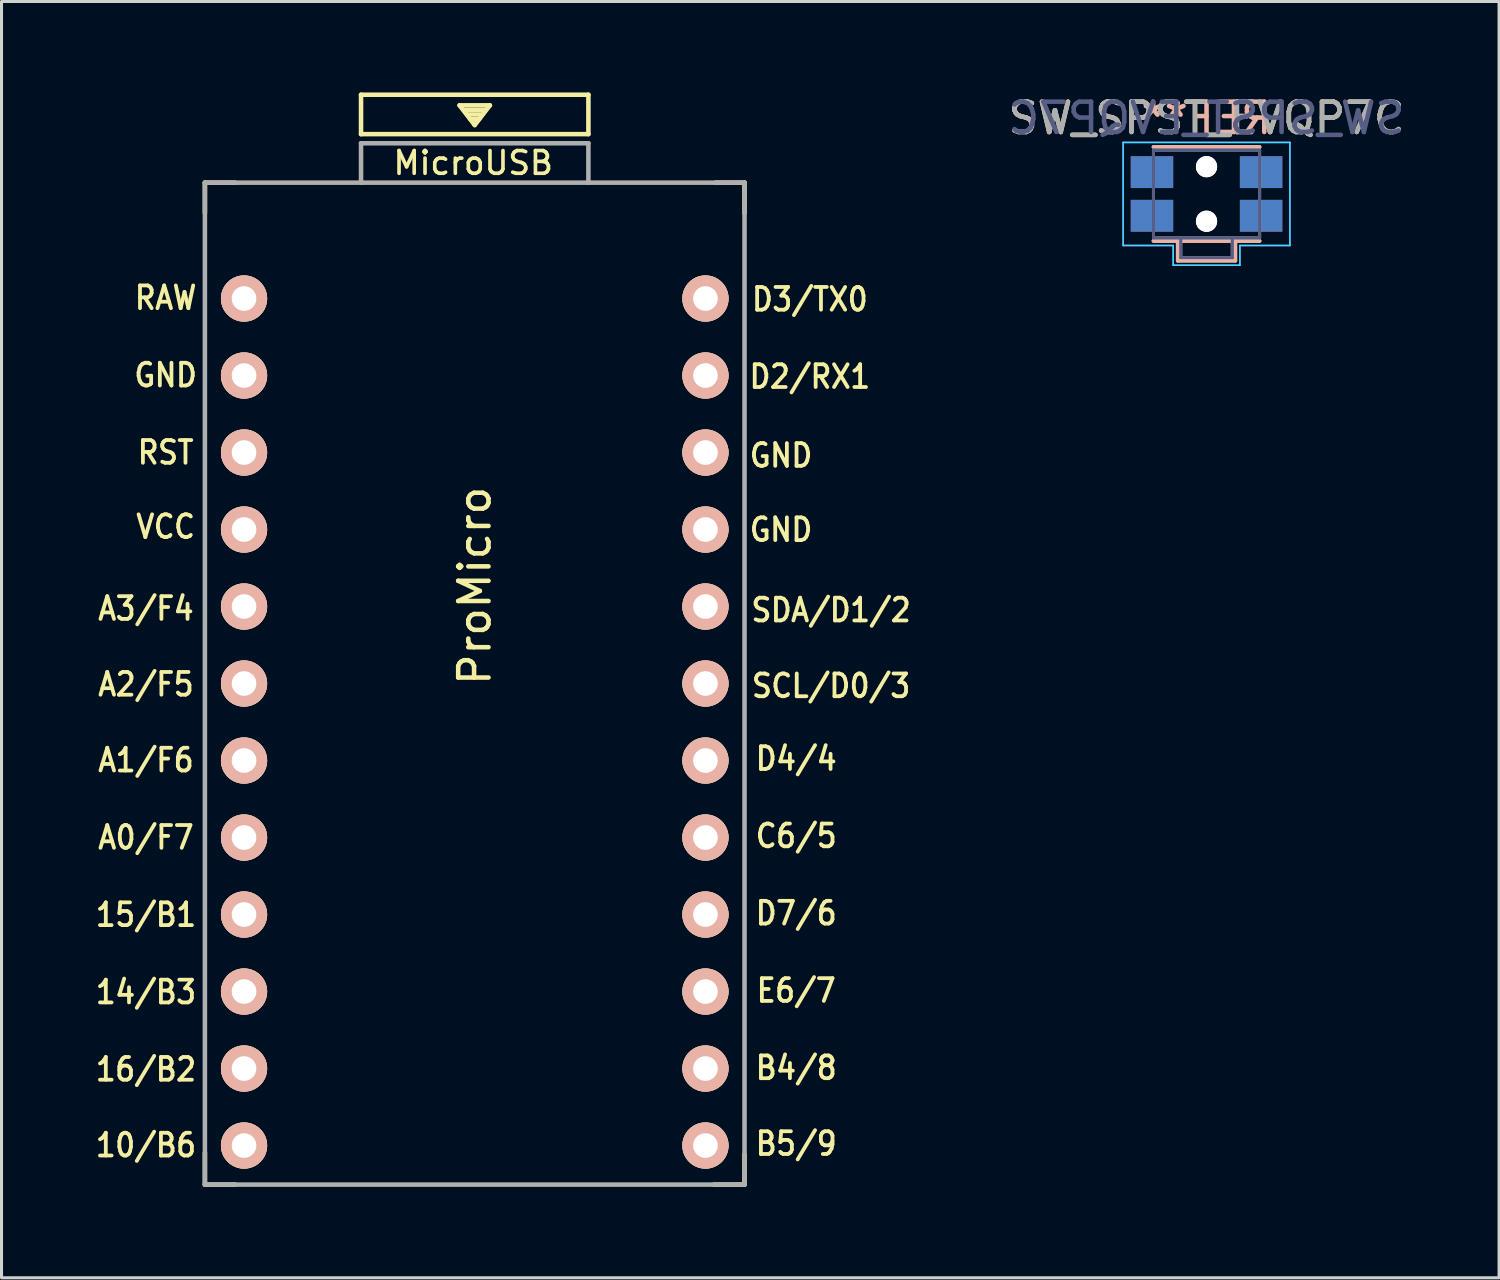
<source format=kicad_pcb>
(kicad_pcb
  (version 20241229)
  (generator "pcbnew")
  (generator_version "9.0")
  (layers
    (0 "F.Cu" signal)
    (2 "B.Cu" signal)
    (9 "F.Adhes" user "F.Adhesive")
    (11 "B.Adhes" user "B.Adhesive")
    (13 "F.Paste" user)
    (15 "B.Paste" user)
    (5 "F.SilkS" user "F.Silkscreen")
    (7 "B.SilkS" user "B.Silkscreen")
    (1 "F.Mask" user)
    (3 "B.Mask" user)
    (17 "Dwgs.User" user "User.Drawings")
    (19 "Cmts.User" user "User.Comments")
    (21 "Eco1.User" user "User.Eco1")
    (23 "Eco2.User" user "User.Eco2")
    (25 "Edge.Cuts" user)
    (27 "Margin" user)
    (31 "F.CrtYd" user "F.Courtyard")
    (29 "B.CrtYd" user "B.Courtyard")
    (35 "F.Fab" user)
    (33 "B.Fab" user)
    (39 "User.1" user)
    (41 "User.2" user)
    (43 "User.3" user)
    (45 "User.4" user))
  (footprint "SW_SPST_EVQP7C"
    (layer "F.Cu")
    (at 36.749 3.348)
    (property "Reference" "SW_SPST_EVQP7C" (at 0 -2.5 0) (layer "F.SilkS") (effects (font (size 1 1) (thickness 0.15))))
    (attr smd)
    (fp_line (start -1.75 -1.55) (end 1.75 -1.55) (stroke (width 0.12) (type solid)) (layer "F.SilkS"))
    (fp_line (start -0.95 2.2) (end -0.95 1.55) (stroke (width 0.12) (type solid)) (layer "F.SilkS"))
    (fp_line (start 0.95 1.55) (end 0.95 2.2) (stroke (width 0.12) (type solid)) (layer "F.SilkS"))
    (fp_line (start 0.95 2.2) (end -0.95 2.2) (stroke (width 0.12) (type solid)) (layer "F.SilkS"))
    (fp_line (start 1.75 1.55) (end -1.75 1.55) (stroke (width 0.12) (type solid)) (layer "F.SilkS"))
    (fp_line (start -1.75 1.55) (end 1.75 1.55) (stroke (width 0.12) (type solid)) (layer "B.SilkS"))
    (fp_line (start -0.95 1.55) (end -0.95 2.2) (stroke (width 0.12) (type solid)) (layer "B.SilkS"))
    (fp_line (start -0.95 2.2) (end 0.95 2.2) (stroke (width 0.12) (type solid)) (layer "B.SilkS"))
    (fp_line (start 0.95 2.2) (end 0.95 1.55) (stroke (width 0.12) (type solid)) (layer "B.SilkS"))
    (fp_line (start 1.75 -1.55) (end -1.75 -1.55) (stroke (width 0.12) (type solid)) (layer "B.SilkS"))
    (fp_line (start -2.75 -1.7) (end -2.75 1.7) (stroke (width 0.05) (type solid)) (layer "B.CrtYd"))
    (fp_line (start -2.75 1.7) (end -1.1 1.7) (stroke (width 0.05) (type solid)) (layer "B.CrtYd"))
    (fp_line (start -1.1 1.7) (end -1.1 2.35) (stroke (width 0.05) (type solid)) (layer "B.CrtYd"))
    (fp_line (start -1.1 2.35) (end 1.1 2.35) (stroke (width 0.05) (type solid)) (layer "B.CrtYd"))
    (fp_line (start 1.1 1.7) (end 2.75 1.7) (stroke (width 0.05) (type solid)) (layer "B.CrtYd"))
    (fp_line (start 1.1 2.35) (end 1.1 1.7) (stroke (width 0.05) (type solid)) (layer "B.CrtYd"))
    (fp_line (start 2.75 -1.7) (end -2.75 -1.7) (stroke (width 0.05) (type solid)) (layer "B.CrtYd"))
    (fp_line (start 2.75 1.7) (end 2.75 -1.7) (stroke (width 0.05) (type solid)) (layer "B.CrtYd"))
    (fp_line (start -2.75 -1.7) (end 2.75 -1.7) (stroke (width 0.05) (type solid)) (layer "F.CrtYd"))
    (fp_line (start -2.75 1.7) (end -2.75 -1.7) (stroke (width 0.05) (type solid)) (layer "F.CrtYd"))
    (fp_line (start -1.1 1.7) (end -2.75 1.7) (stroke (width 0.05) (type solid)) (layer "F.CrtYd"))
    (fp_line (start -1.1 2.35) (end -1.1 1.7) (stroke (width 0.05) (type solid)) (layer "F.CrtYd"))
    (fp_line (start 1.1 1.7) (end 1.1 2.35) (stroke (width 0.05) (type solid)) (layer "F.CrtYd"))
    (fp_line (start 1.1 2.35) (end -1.1 2.35) (stroke (width 0.05) (type solid)) (layer "F.CrtYd"))
    (fp_line (start 2.75 -1.7) (end 2.75 1.7) (stroke (width 0.05) (type solid)) (layer "F.CrtYd"))
    (fp_line (start 2.75 1.7) (end 1.1 1.7) (stroke (width 0.05) (type solid)) (layer "F.CrtYd"))
    (fp_line (start -1.75 -1.45) (end -1.75 1.45) (stroke (width 0.1) (type solid)) (layer "B.Fab"))
    (fp_line (start -1.75 1.45) (end 1.75 1.45) (stroke (width 0.1) (type solid)) (layer "B.Fab"))
    (fp_line (start -0.85 2.1) (end -0.85 1.45) (stroke (width 0.1) (type solid)) (layer "B.Fab"))
    (fp_line (start 0.85 2.1) (end -0.85 2.1) (stroke (width 0.1) (type solid)) (layer "B.Fab"))
    (fp_line (start 0.85 2.1) (end 0.85 1.45) (stroke (width 0.1) (type solid)) (layer "B.Fab"))
    (fp_line (start 1.75 -1.45) (end -1.75 -1.45) (stroke (width 0.1) (type solid)) (layer "B.Fab"))
    (fp_line (start 1.75 1.45) (end 1.75 -1.4) (stroke (width 0.1) (type solid)) (layer "B.Fab"))
    (fp_line (start -1.75 -1.45) (end 1.75 -1.45) (stroke (width 0.1) (type solid)) (layer "F.Fab"))
    (fp_line (start -1.75 1.45) (end -1.75 -1.4) (stroke (width 0.1) (type solid)) (layer "F.Fab"))
    (fp_line (start -0.85 2.1) (end -0.85 1.45) (stroke (width 0.1) (type solid)) (layer "F.Fab"))
    (fp_line (start -0.85 2.1) (end 0.85 2.1) (stroke (width 0.1) (type solid)) (layer "F.Fab"))
    (fp_line (start 0.85 2.1) (end 0.85 1.45) (stroke (width 0.1) (type solid)) (layer "F.Fab"))
    (fp_line (start 1.75 -1.45) (end 1.75 1.45) (stroke (width 0.1) (type solid)) (layer "F.Fab"))
    (fp_line (start 1.75 1.45) (end -1.75 1.45) (stroke (width 0.1) (type solid)) (layer "F.Fab"))
    (fp_text user "REF**" (at 0 -2.5 180) (layer "B.SilkS") (effects (font (size 1 1) (thickness 0.15)) (justify mirror)))
    (fp_text user "${REFERENCE}" (at 0 -2.5 180) (layer "B.Fab") (effects (font (size 1 1) (thickness 0.15)) (justify mirror)))
    (fp_text user "${REFERENCE}" (at 0 -2.5 0) (layer "F.Fab") (effects (font (size 1 1) (thickness 0.15))))
    (pad "" np_thru_hole circle (at 0 -0.9 180) (size 0.7 0.7) (drill 0.7) (layers "*.Cu" "*.Mask"))
    (pad "" np_thru_hole circle (at 0 -0.9) (size 0.7 0.7) (drill 0.7) (layers "*.Cu" "*.Mask"))
    (pad "" np_thru_hole circle (at 0 0.9 180) (size 0.7 0.7) (drill 0.7) (layers "*.Cu" "*.Mask"))
    (pad "" np_thru_hole circle (at 0 0.9) (size 0.7 0.7) (drill 0.7) (layers "*.Cu" "*.Mask"))
    (pad "1" smd rect (at -1.8 -0.72) (size 1.4 1.05) (layers "F.Cu" "F.Mask" "F.Paste"))
    (pad "1" smd rect (at -1.8 -0.72 180) (size 1.4 1.05) (layers "B.Cu" "B.Mask" "B.Paste"))
    (pad "1" smd rect (at 1.8 -0.72) (size 1.4 1.05) (layers "F.Cu" "F.Mask" "F.Paste"))
    (pad "1" smd rect (at 1.8 -0.72 180) (size 1.4 1.05) (layers "B.Cu" "B.Mask" "B.Paste"))
    (pad "2" smd rect (at -1.8 0.72) (size 1.4 1.05) (layers "F.Cu" "F.Mask" "F.Paste"))
    (pad "2" smd rect (at -1.8 0.72 180) (size 1.4 1.05) (layers "B.Cu" "B.Mask" "B.Paste"))
    (pad "2" smd rect (at 1.8 0.72) (size 1.4 1.05) (layers "F.Cu" "F.Mask" "F.Paste"))
    (pad "2" smd rect (at 1.8 0.72 180) (size 1.4 1.05) (layers "B.Cu" "B.Mask" "B.Paste")))
  (footprint "ProMicro"
    (layer "F.Cu")
    (at 12.609 21.275)
    (property "Reference" "ProMicro" (at 0 -5 270) (layer "F.SilkS") (effects (font (size 1 1) (thickness 0.15))))
    (attr through_hole)
    (fp_line (start -8.9 -18.3) (end -8.9 -17.3) (stroke (width 0.15) (type solid)) (layer "F.SilkS"))
    (fp_line (start -8.9 -18.3) (end -7.9 -18.3) (stroke (width 0.15) (type solid)) (layer "F.SilkS"))
    (fp_line (start -8.9 13.7) (end -8.9 14.75) (stroke (width 0.15) (type solid)) (layer "F.SilkS"))
    (fp_line (start -8.9 14.75) (end -7.9 14.75) (stroke (width 0.15) (type solid)) (layer "F.SilkS"))
    (fp_line (start -3.75 -21.2) (end -3.75 -19.9) (stroke (width 0.15) (type solid)) (layer "F.SilkS"))
    (fp_line (start -3.75 -19.9) (end 3.75 -19.9) (stroke (width 0.15) (type solid)) (layer "F.SilkS"))
    (fp_line (start -0.5 -20.85) (end 0.5 -20.85) (stroke (width 0.15) (type solid)) (layer "F.SilkS"))
    (fp_line (start -0.35 -20.7) (end 0.35 -20.7) (stroke (width 0.15) (type solid)) (layer "F.SilkS"))
    (fp_line (start -0.25 -20.55) (end 0.25 -20.55) (stroke (width 0.15) (type solid)) (layer "F.SilkS"))
    (fp_line (start -0.15 -20.4) (end 0.15 -20.4) (stroke (width 0.15) (type solid)) (layer "F.SilkS"))
    (fp_line (start 0 -20.2) (end -0.5 -20.85) (stroke (width 0.15) (type solid)) (layer "F.SilkS"))
    (fp_line (start 0.5 -20.85) (end 0 -20.2) (stroke (width 0.15) (type solid)) (layer "F.SilkS"))
    (fp_line (start 3.75 -21.2) (end -3.75 -21.2) (stroke (width 0.15) (type solid)) (layer "F.SilkS"))
    (fp_line (start 3.75 -19.9) (end 3.75 -21.2) (stroke (width 0.15) (type solid)) (layer "F.SilkS"))
    (fp_line (start 8.9 -18.3) (end 7.95 -18.3) (stroke (width 0.15) (type solid)) (layer "F.SilkS"))
    (fp_line (start 8.9 -18.3) (end 8.9 -17.3) (stroke (width 0.15) (type solid)) (layer "F.SilkS"))
    (fp_line (start 8.9 13.75) (end 8.9 14.75) (stroke (width 0.15) (type solid)) (layer "F.SilkS"))
    (fp_line (start 8.9 14.75) (end 7.89 14.75) (stroke (width 0.15) (type solid)) (layer "F.SilkS"))
    (fp_line (start -8.9 -18.3) (end -3.75 -18.3) (stroke (width 0.15) (type solid)) (layer "F.Fab"))
    (fp_line (start -8.9 14.75) (end -8.9 -18.3) (stroke (width 0.15) (type solid)) (layer "F.Fab"))
    (fp_line (start -3.75 -19.6) (end -3.75 -18.299) (stroke (width 0.15) (type solid)) (layer "F.Fab"))
    (fp_line (start -3.75 -19.6) (end 3.75 -19.6) (stroke (width 0.15) (type solid)) (layer "F.Fab"))
    (fp_line (start -3.75 -18.3) (end 3.75 -18.3) (stroke (width 0.15) (type solid)) (layer "F.Fab"))
    (fp_line (start 3.75 -19.6) (end 3.75 -18.3) (stroke (width 0.15) (type solid)) (layer "F.Fab"))
    (fp_line (start 3.76 -18.3) (end 8.9 -18.3) (stroke (width 0.15) (type solid)) (layer "F.Fab"))
    (fp_line (start 8.9 -18.3) (end 8.9 14.75) (stroke (width 0.15) (type solid)) (layer "F.Fab"))
    (fp_line (start 8.9 14.75) (end -8.9 14.75) (stroke (width 0.15) (type solid)) (layer "F.Fab"))
    (fp_text user "VCC" (at -10.195 -6.95 0) (unlocked yes) (layer "F.SilkS") (effects (font (size 0.75 0.67) (thickness 0.125))))
    (fp_text user "D2/RX1" (at 11.055 -11.9 0) (unlocked yes) (layer "F.SilkS") (effects (font (size 0.75 0.67) (thickness 0.125))))
    (fp_text user "GND" (at -10.195 -11.95 0) (unlocked yes) (layer "F.SilkS") (effects (font (size 0.75 0.67) (thickness 0.125))))
    (fp_text user "A0/F7" (at -10.845 3.3 0) (unlocked yes) (layer "F.SilkS") (effects (font (size 0.75 0.67) (thickness 0.125))))
    (fp_text user "MicroUSB" (at -0.05 -18.95 0) (layer "F.SilkS") (effects (font (size 0.75 0.75) (thickness 0.12))))
    (fp_text user "D4/4" (at 10.605 0.7 0) (unlocked yes) (layer "F.SilkS") (effects (font (size 0.75 0.67) (thickness 0.125))))
    (fp_text user "A3/F4" (at -10.845 -4.25 0) (unlocked yes) (layer "F.SilkS") (effects (font (size 0.75 0.67) (thickness 0.125))))
    (fp_text user "D3/TX0" (at 11.055 -14.45 0) (unlocked yes) (layer "F.SilkS") (effects (font (size 0.75 0.67) (thickness 0.125))))
    (fp_text user "15/B1" (at -10.845 5.85 0) (unlocked yes) (layer "F.SilkS") (effects (font (size 0.75 0.67) (thickness 0.125))))
    (fp_text user "RST" (at -10.195 -9.4 0) (unlocked yes) (layer "F.SilkS") (effects (font (size 0.75 0.67) (thickness 0.125))))
    (fp_text user "10/B6" (at -10.845 13.45 0) (unlocked yes) (layer "F.SilkS") (effects (font (size 0.75 0.67) (thickness 0.125))))
    (fp_text user "SCL/D0/3" (at 11.755 -1.7 0) (unlocked yes) (layer "F.SilkS") (effects (font (size 0.75 0.67) (thickness 0.125))))
    (fp_text user "14/B3" (at -10.845 8.4 0) (unlocked yes) (layer "F.SilkS") (effects (font (size 0.75 0.67) (thickness 0.125))))
    (fp_text user "B5/9" (at 10.605 13.4 0) (unlocked yes) (layer "F.SilkS") (effects (font (size 0.75 0.67) (thickness 0.125))))
    (fp_text user "B4/8" (at 10.605 10.9 0) (unlocked yes) (layer "F.SilkS") (effects (font (size 0.75 0.67) (thickness 0.125))))
    (fp_text user "SDA/D1/2" (at 11.755 -4.2 0) (unlocked yes) (layer "F.SilkS") (effects (font (size 0.75 0.67) (thickness 0.125))))
    (fp_text user "GND" (at 10.105 -6.85 0) (unlocked yes) (layer "F.SilkS") (effects (font (size 0.75 0.67) (thickness 0.125))))
    (fp_text user "C6/5" (at 10.605 3.25 0) (unlocked yes) (layer "F.SilkS") (effects (font (size 0.75 0.67) (thickness 0.125))))
    (fp_text user "E6/7" (at 10.605 8.35 0) (unlocked yes) (layer "F.SilkS") (effects (font (size 0.75 0.67) (thickness 0.125))))
    (fp_text user "A2/F5" (at -10.845 -1.75 0) (unlocked yes) (layer "F.SilkS") (effects (font (size 0.75 0.67) (thickness 0.125))))
    (fp_text user "RAW" (at -10.195 -14.5 0) (unlocked yes) (layer "F.SilkS") (effects (font (size 0.75 0.67) (thickness 0.125))))
    (fp_text user "16/B2" (at -10.845 10.95 0) (unlocked yes) (layer "F.SilkS") (effects (font (size 0.75 0.67) (thickness 0.125))))
    (fp_text user "" (at -0.545 -17.4 0) (layer "F.SilkS") (effects (font (size 1 1) (thickness 0.15))))
    (fp_text user "A1/F6" (at -10.845 0.75 0) (unlocked yes) (layer "F.SilkS") (effects (font (size 0.75 0.67) (thickness 0.125))))
    (fp_text user "GND" (at 10.105 -9.3 0) (unlocked yes) (layer "F.SilkS") (effects (font (size 0.75 0.67) (thickness 0.125))))
    (fp_text user "D7/6" (at 10.605 5.8 0) (unlocked yes) (layer "F.SilkS") (effects (font (size 0.75 0.67) (thickness 0.125))))
    (fp_text user "" (at -1.252 -16.256 0) (layer "B.SilkS") (effects (font (size 1 1) (thickness 0.15)) (justify mirror)))
    (pad "1" thru_hole circle (at 7.611 -14.478) (size 1.524 1.524) (drill 0.813) (layers "*.Cu" "*.SilkS" "*.Mask"))
    (pad "2" thru_hole circle (at 7.611 -11.938) (size 1.524 1.524) (drill 0.813) (layers "*.Cu" "*.SilkS" "*.Mask"))
    (pad "3" thru_hole circle (at 7.611 -9.398) (size 1.524 1.524) (drill 0.813) (layers "*.Cu" "*.SilkS" "*.Mask"))
    (pad "4" thru_hole circle (at 7.611 -6.858) (size 1.524 1.524) (drill 0.813) (layers "*.Cu" "*.SilkS" "*.Mask"))
    (pad "5" thru_hole circle (at 7.611 -4.318) (size 1.524 1.524) (drill 0.813) (layers "*.Cu" "*.SilkS" "*.Mask"))
    (pad "6" thru_hole circle (at 7.611 -1.778) (size 1.524 1.524) (drill 0.813) (layers "*.Cu" "*.SilkS" "*.Mask"))
    (pad "7" thru_hole circle (at 7.611 0.762) (size 1.524 1.524) (drill 0.813) (layers "*.Cu" "*.SilkS" "*.Mask"))
    (pad "8" thru_hole circle (at 7.611 3.302) (size 1.524 1.524) (drill 0.813) (layers "*.Cu" "*.SilkS" "*.Mask"))
    (pad "9" thru_hole circle (at 7.611 5.842) (size 1.524 1.524) (drill 0.813) (layers "*.Cu" "*.SilkS" "*.Mask"))
    (pad "10" thru_hole circle (at 7.611 8.382) (size 1.524 1.524) (drill 0.813) (layers "*.Cu" "*.SilkS" "*.Mask"))
    (pad "11" thru_hole circle (at 7.611 10.922) (size 1.524 1.524) (drill 0.813) (layers "*.Cu" "*.SilkS" "*.Mask"))
    (pad "12" thru_hole circle (at 7.611 13.462) (size 1.524 1.524) (drill 0.813) (layers "*.Cu" "*.SilkS" "*.Mask"))
    (pad "13" thru_hole circle (at -7.609 13.462) (size 1.524 1.524) (drill 0.813) (layers "*.Cu" "*.SilkS" "*.Mask"))
    (pad "14" thru_hole circle (at -7.609 10.922) (size 1.524 1.524) (drill 0.813) (layers "*.Cu" "*.SilkS" "*.Mask"))
    (pad "15" thru_hole circle (at -7.609 8.382) (size 1.524 1.524) (drill 0.813) (layers "*.Cu" "*.SilkS" "*.Mask"))
    (pad "16" thru_hole circle (at -7.609 5.842) (size 1.524 1.524) (drill 0.813) (layers "*.Cu" "*.SilkS" "*.Mask"))
    (pad "17" thru_hole circle (at -7.609 3.302) (size 1.524 1.524) (drill 0.813) (layers "*.Cu" "*.SilkS" "*.Mask"))
    (pad "18" thru_hole circle (at -7.609 0.762) (size 1.524 1.524) (drill 0.813) (layers "*.Cu" "*.SilkS" "*.Mask"))
    (pad "19" thru_hole circle (at -7.609 -1.778) (size 1.524 1.524) (drill 0.813) (layers "*.Cu" "*.SilkS" "*.Mask"))
    (pad "20" thru_hole circle (at -7.609 -4.318) (size 1.524 1.524) (drill 0.813) (layers "*.Cu" "*.SilkS" "*.Mask"))
    (pad "21" thru_hole circle (at -7.609 -6.858) (size 1.524 1.524) (drill 0.813) (layers "*.Cu" "*.SilkS" "*.Mask"))
    (pad "22" thru_hole circle (at -7.609 -9.398) (size 1.524 1.524) (drill 0.813) (layers "*.Cu" "*.SilkS" "*.Mask"))
    (pad "23" thru_hole circle (at -7.609 -11.938) (size 1.524 1.524) (drill 0.813) (layers "*.Cu" "*.SilkS" "*.Mask"))
    (pad "24" thru_hole circle (at -7.609 -14.478) (size 1.524 1.524) (drill 0.813) (layers "*.Cu" "*.SilkS" "*.Mask")))
  (gr_rect
    (start -3 -3)
    (end 46.398 39.1)
    (stroke (width 0.1) (type default))
    (fill no)
    (layer "Edge.Cuts")))
</source>
